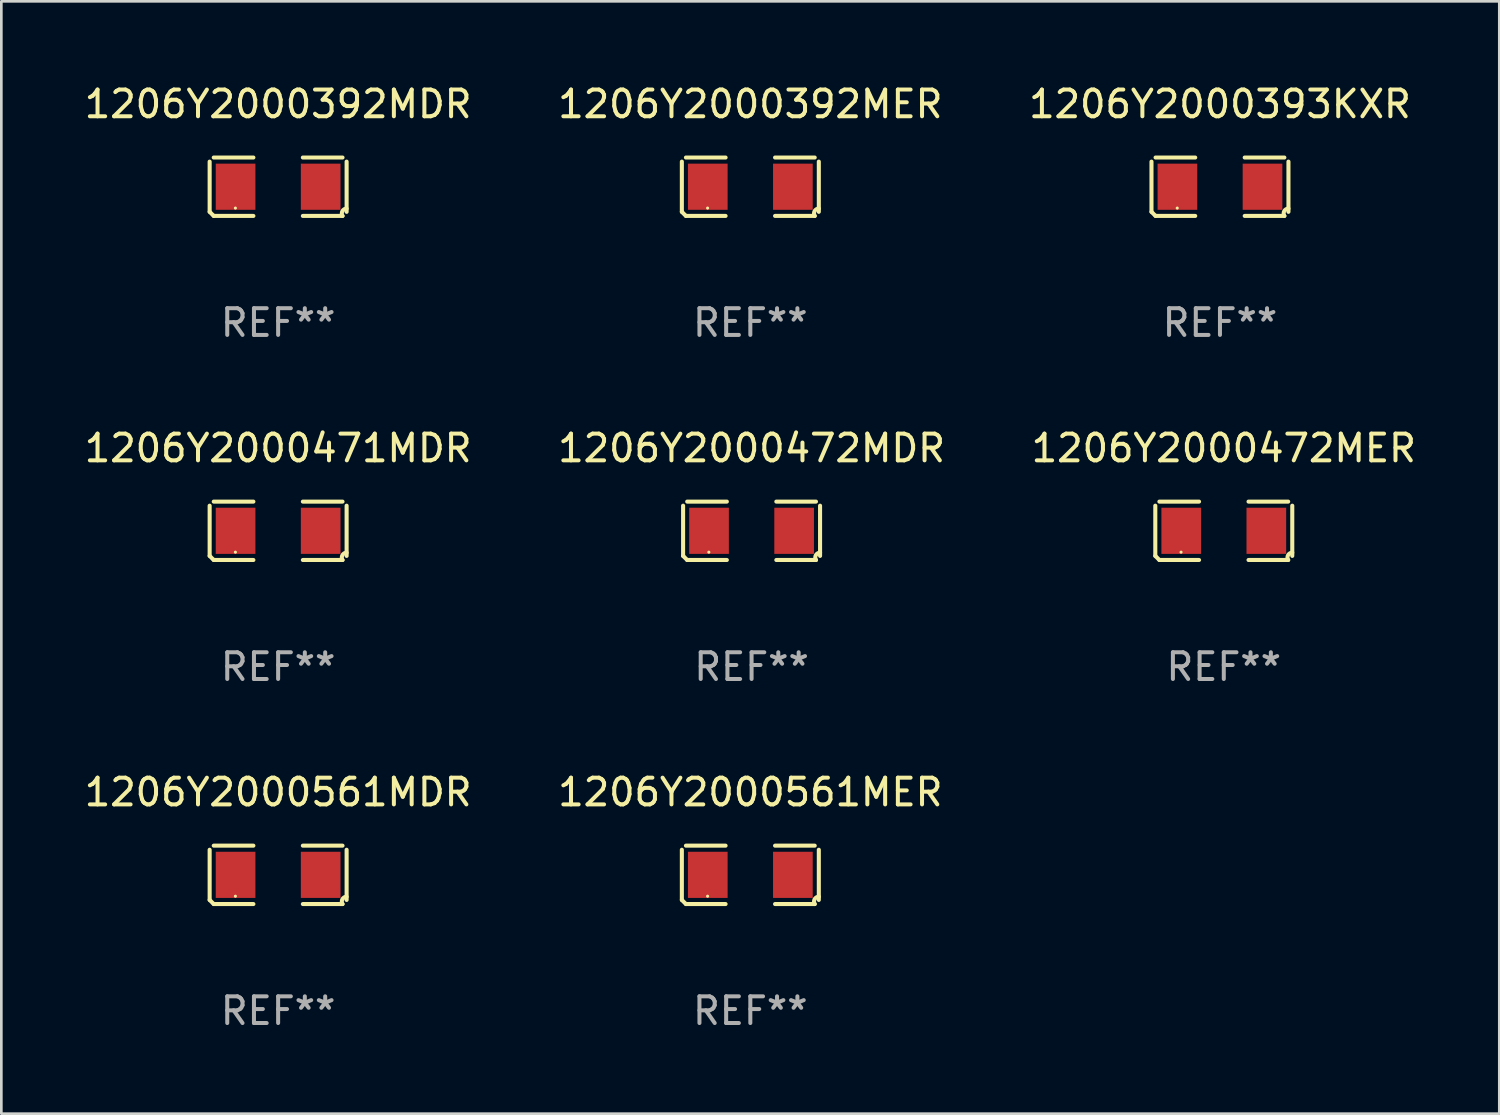
<source format=kicad_pcb>
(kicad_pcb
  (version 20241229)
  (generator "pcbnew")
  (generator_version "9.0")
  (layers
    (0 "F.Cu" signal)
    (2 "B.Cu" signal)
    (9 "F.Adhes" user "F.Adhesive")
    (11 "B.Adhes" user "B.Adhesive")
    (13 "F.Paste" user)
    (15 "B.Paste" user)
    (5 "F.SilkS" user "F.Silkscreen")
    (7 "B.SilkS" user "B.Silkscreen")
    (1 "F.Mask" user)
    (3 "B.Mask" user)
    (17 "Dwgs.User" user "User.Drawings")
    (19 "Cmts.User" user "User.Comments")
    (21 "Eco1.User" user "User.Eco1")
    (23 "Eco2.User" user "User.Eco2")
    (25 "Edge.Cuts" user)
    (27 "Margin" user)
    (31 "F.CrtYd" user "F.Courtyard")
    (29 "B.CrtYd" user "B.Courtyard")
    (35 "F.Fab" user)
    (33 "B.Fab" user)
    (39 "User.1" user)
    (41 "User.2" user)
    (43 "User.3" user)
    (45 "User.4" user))
  (footprint "1206Y2000392MDR"
    (layer "F.Cu")
    (at 7.363 3.941)
    (property "Reference" "1206Y2000392MDR" (at 0 -3.093 0) (layer "F.SilkS") (effects (font (size 1 1) (thickness 0.15))))
    (attr through_hole)
    (fp_line (start -2.564 0.94) (end -2.564 -0.94) (stroke (width 0.152) (type solid)) (layer "F.SilkS"))
    (fp_line (start -2.411 -1.093) (end -0.926 -1.093) (stroke (width 0.152) (type solid)) (layer "F.SilkS"))
    (fp_line (start -0.926 1.093) (end -2.411 1.093) (stroke (width 0.152) (type solid)) (layer "F.SilkS"))
    (fp_line (start 0.926 1.093) (end 2.411 1.093) (stroke (width 0.152) (type solid)) (layer "F.SilkS"))
    (fp_line (start 2.411 -1.093) (end 0.926 -1.093) (stroke (width 0.152) (type solid)) (layer "F.SilkS"))
    (fp_line (start 2.564 0.94) (end 2.564 -0.94) (stroke (width 0.152) (type solid)) (layer "F.SilkS"))
    (fp_arc (start -2.411201 1.092609) (mid -2.487413 1.01642) (end -2.563602 0.940208) (stroke (width 0.1524) (type solid)) (layer "F.SilkS"))
    (fp_arc (start 2.411201 1.092609) (mid 2.407159 0.911226) (end 2.563602 0.819347) (stroke (width 0.1524) (type solid)) (layer "F.SilkS"))
    (fp_circle (center -1.6 0.8) (end -1.57 0.8) (stroke (width 0.06) (type solid)) (fill no) (layer "F.SilkS"))
    (fp_text user "REF**" (at 0 5.093 0) (layer "F.Fab") (effects (font (size 1 1) (thickness 0.15))))
    (pad "1" smd rect (at -1.593 0) (size 1.485 1.728) (layers "F.Cu" "F.Mask" "F.Paste"))
    (pad "2" smd rect (at 1.593 0) (size 1.485 1.728) (layers "F.Cu" "F.Mask" "F.Paste")))
  (footprint "1206Y2000561MER"
    (layer "F.Cu")
    (at 25.042 29.704)
    (property "Reference" "1206Y2000561MER" (at 0 -3.093 0) (layer "F.SilkS") (effects (font (size 1 1) (thickness 0.15))))
    (attr through_hole)
    (fp_line (start -2.564 0.94) (end -2.564 -0.94) (stroke (width 0.152) (type solid)) (layer "F.SilkS"))
    (fp_line (start -2.411 -1.093) (end -0.926 -1.093) (stroke (width 0.152) (type solid)) (layer "F.SilkS"))
    (fp_line (start -0.926 1.093) (end -2.411 1.093) (stroke (width 0.152) (type solid)) (layer "F.SilkS"))
    (fp_line (start 0.926 1.093) (end 2.411 1.093) (stroke (width 0.152) (type solid)) (layer "F.SilkS"))
    (fp_line (start 2.411 -1.093) (end 0.926 -1.093) (stroke (width 0.152) (type solid)) (layer "F.SilkS"))
    (fp_line (start 2.564 0.94) (end 2.564 -0.94) (stroke (width 0.152) (type solid)) (layer "F.SilkS"))
    (fp_arc (start -2.411201 1.092609) (mid -2.487413 1.01642) (end -2.563602 0.940208) (stroke (width 0.1524) (type solid)) (layer "F.SilkS"))
    (fp_arc (start 2.411201 1.092609) (mid 2.407159 0.911226) (end 2.563602 0.819347) (stroke (width 0.1524) (type solid)) (layer "F.SilkS"))
    (fp_circle (center -1.6 0.8) (end -1.57 0.8) (stroke (width 0.06) (type solid)) (fill no) (layer "F.SilkS"))
    (fp_text user "REF**" (at 0 5.093 0) (layer "F.Fab") (effects (font (size 1 1) (thickness 0.15))))
    (pad "1" smd rect (at -1.593 0) (size 1.485 1.728) (layers "F.Cu" "F.Mask" "F.Paste"))
    (pad "2" smd rect (at 1.593 0) (size 1.485 1.728) (layers "F.Cu" "F.Mask" "F.Paste")))
  (footprint "1206Y2000472MER"
    (layer "F.Cu")
    (at 42.768 16.823)
    (property "Reference" "1206Y2000472MER" (at 0 -3.093 0) (layer "F.SilkS") (effects (font (size 1 1) (thickness 0.15))))
    (attr through_hole)
    (fp_line (start -2.564 0.94) (end -2.564 -0.94) (stroke (width 0.152) (type solid)) (layer "F.SilkS"))
    (fp_line (start -2.411 -1.093) (end -0.926 -1.093) (stroke (width 0.152) (type solid)) (layer "F.SilkS"))
    (fp_line (start -0.926 1.093) (end -2.411 1.093) (stroke (width 0.152) (type solid)) (layer "F.SilkS"))
    (fp_line (start 0.926 1.093) (end 2.411 1.093) (stroke (width 0.152) (type solid)) (layer "F.SilkS"))
    (fp_line (start 2.411 -1.093) (end 0.926 -1.093) (stroke (width 0.152) (type solid)) (layer "F.SilkS"))
    (fp_line (start 2.564 0.94) (end 2.564 -0.94) (stroke (width 0.152) (type solid)) (layer "F.SilkS"))
    (fp_arc (start -2.411201 1.092609) (mid -2.487413 1.01642) (end -2.563602 0.940208) (stroke (width 0.1524) (type solid)) (layer "F.SilkS"))
    (fp_arc (start 2.411201 1.092609) (mid 2.407159 0.911226) (end 2.563602 0.819347) (stroke (width 0.1524) (type solid)) (layer "F.SilkS"))
    (fp_circle (center -1.6 0.8) (end -1.57 0.8) (stroke (width 0.06) (type solid)) (fill no) (layer "F.SilkS"))
    (fp_text user "REF**" (at 0 5.093 0) (layer "F.Fab") (effects (font (size 1 1) (thickness 0.15))))
    (pad "1" smd rect (at -1.593 0) (size 1.485 1.728) (layers "F.Cu" "F.Mask" "F.Paste"))
    (pad "2" smd rect (at 1.593 0) (size 1.485 1.728) (layers "F.Cu" "F.Mask" "F.Paste")))
  (footprint "1206Y2000471MDR"
    (layer "F.Cu")
    (at 7.363 16.823)
    (property "Reference" "1206Y2000471MDR" (at 0 -3.093 0) (layer "F.SilkS") (effects (font (size 1 1) (thickness 0.15))))
    (attr through_hole)
    (fp_line (start -2.564 0.94) (end -2.564 -0.94) (stroke (width 0.152) (type solid)) (layer "F.SilkS"))
    (fp_line (start -2.411 -1.093) (end -0.926 -1.093) (stroke (width 0.152) (type solid)) (layer "F.SilkS"))
    (fp_line (start -0.926 1.093) (end -2.411 1.093) (stroke (width 0.152) (type solid)) (layer "F.SilkS"))
    (fp_line (start 0.926 1.093) (end 2.411 1.093) (stroke (width 0.152) (type solid)) (layer "F.SilkS"))
    (fp_line (start 2.411 -1.093) (end 0.926 -1.093) (stroke (width 0.152) (type solid)) (layer "F.SilkS"))
    (fp_line (start 2.564 0.94) (end 2.564 -0.94) (stroke (width 0.152) (type solid)) (layer "F.SilkS"))
    (fp_arc (start -2.411201 1.092609) (mid -2.487413 1.01642) (end -2.563602 0.940208) (stroke (width 0.1524) (type solid)) (layer "F.SilkS"))
    (fp_arc (start 2.411201 1.092609) (mid 2.407159 0.911226) (end 2.563602 0.819347) (stroke (width 0.1524) (type solid)) (layer "F.SilkS"))
    (fp_circle (center -1.6 0.8) (end -1.57 0.8) (stroke (width 0.06) (type solid)) (fill no) (layer "F.SilkS"))
    (fp_text user "REF**" (at 0 5.093 0) (layer "F.Fab") (effects (font (size 1 1) (thickness 0.15))))
    (pad "1" smd rect (at -1.593 0) (size 1.485 1.728) (layers "F.Cu" "F.Mask" "F.Paste"))
    (pad "2" smd rect (at 1.593 0) (size 1.485 1.728) (layers "F.Cu" "F.Mask" "F.Paste")))
  (footprint "1206Y2000393KXR"
    (layer "F.Cu")
    (at 42.625 3.941)
    (property "Reference" "1206Y2000393KXR" (at 0 -3.093 0) (layer "F.SilkS") (effects (font (size 1 1) (thickness 0.15))))
    (attr through_hole)
    (fp_line (start -2.564 0.94) (end -2.564 -0.94) (stroke (width 0.152) (type solid)) (layer "F.SilkS"))
    (fp_line (start -2.411 -1.093) (end -0.926 -1.093) (stroke (width 0.152) (type solid)) (layer "F.SilkS"))
    (fp_line (start -0.926 1.093) (end -2.411 1.093) (stroke (width 0.152) (type solid)) (layer "F.SilkS"))
    (fp_line (start 0.926 1.093) (end 2.411 1.093) (stroke (width 0.152) (type solid)) (layer "F.SilkS"))
    (fp_line (start 2.411 -1.093) (end 0.926 -1.093) (stroke (width 0.152) (type solid)) (layer "F.SilkS"))
    (fp_line (start 2.564 0.94) (end 2.564 -0.94) (stroke (width 0.152) (type solid)) (layer "F.SilkS"))
    (fp_arc (start -2.411201 1.092609) (mid -2.487413 1.01642) (end -2.563602 0.940208) (stroke (width 0.1524) (type solid)) (layer "F.SilkS"))
    (fp_arc (start 2.411201 1.092609) (mid 2.407159 0.911226) (end 2.563602 0.819347) (stroke (width 0.1524) (type solid)) (layer "F.SilkS"))
    (fp_circle (center -1.6 0.8) (end -1.57 0.8) (stroke (width 0.06) (type solid)) (fill no) (layer "F.SilkS"))
    (fp_text user "REF**" (at 0 5.093 0) (layer "F.Fab") (effects (font (size 1 1) (thickness 0.15))))
    (pad "1" smd rect (at -1.593 0) (size 1.485 1.728) (layers "F.Cu" "F.Mask" "F.Paste"))
    (pad "2" smd rect (at 1.593 0) (size 1.485 1.728) (layers "F.Cu" "F.Mask" "F.Paste")))
  (footprint "1206Y2000561MDR"
    (layer "F.Cu")
    (at 7.363 29.704)
    (property "Reference" "1206Y2000561MDR" (at 0 -3.093 0) (layer "F.SilkS") (effects (font (size 1 1) (thickness 0.15))))
    (attr through_hole)
    (fp_line (start -2.564 0.94) (end -2.564 -0.94) (stroke (width 0.152) (type solid)) (layer "F.SilkS"))
    (fp_line (start -2.411 -1.093) (end -0.926 -1.093) (stroke (width 0.152) (type solid)) (layer "F.SilkS"))
    (fp_line (start -0.926 1.093) (end -2.411 1.093) (stroke (width 0.152) (type solid)) (layer "F.SilkS"))
    (fp_line (start 0.926 1.093) (end 2.411 1.093) (stroke (width 0.152) (type solid)) (layer "F.SilkS"))
    (fp_line (start 2.411 -1.093) (end 0.926 -1.093) (stroke (width 0.152) (type solid)) (layer "F.SilkS"))
    (fp_line (start 2.564 0.94) (end 2.564 -0.94) (stroke (width 0.152) (type solid)) (layer "F.SilkS"))
    (fp_arc (start -2.411201 1.092609) (mid -2.487413 1.01642) (end -2.563602 0.940208) (stroke (width 0.1524) (type solid)) (layer "F.SilkS"))
    (fp_arc (start 2.411201 1.092609) (mid 2.407159 0.911226) (end 2.563602 0.819347) (stroke (width 0.1524) (type solid)) (layer "F.SilkS"))
    (fp_circle (center -1.6 0.8) (end -1.57 0.8) (stroke (width 0.06) (type solid)) (fill no) (layer "F.SilkS"))
    (fp_text user "REF**" (at 0 5.093 0) (layer "F.Fab") (effects (font (size 1 1) (thickness 0.15))))
    (pad "1" smd rect (at -1.593 0) (size 1.485 1.728) (layers "F.Cu" "F.Mask" "F.Paste"))
    (pad "2" smd rect (at 1.593 0) (size 1.485 1.728) (layers "F.Cu" "F.Mask" "F.Paste")))
  (footprint "1206Y2000392MER"
    (layer "F.Cu")
    (at 25.042 3.941)
    (property "Reference" "1206Y2000392MER" (at 0 -3.093 0) (layer "F.SilkS") (effects (font (size 1 1) (thickness 0.15))))
    (attr through_hole)
    (fp_line (start -2.564 0.94) (end -2.564 -0.94) (stroke (width 0.152) (type solid)) (layer "F.SilkS"))
    (fp_line (start -2.411 -1.093) (end -0.926 -1.093) (stroke (width 0.152) (type solid)) (layer "F.SilkS"))
    (fp_line (start -0.926 1.093) (end -2.411 1.093) (stroke (width 0.152) (type solid)) (layer "F.SilkS"))
    (fp_line (start 0.926 1.093) (end 2.411 1.093) (stroke (width 0.152) (type solid)) (layer "F.SilkS"))
    (fp_line (start 2.411 -1.093) (end 0.926 -1.093) (stroke (width 0.152) (type solid)) (layer "F.SilkS"))
    (fp_line (start 2.564 0.94) (end 2.564 -0.94) (stroke (width 0.152) (type solid)) (layer "F.SilkS"))
    (fp_arc (start -2.411201 1.092609) (mid -2.487413 1.01642) (end -2.563602 0.940208) (stroke (width 0.1524) (type solid)) (layer "F.SilkS"))
    (fp_arc (start 2.411201 1.092609) (mid 2.407159 0.911226) (end 2.563602 0.819347) (stroke (width 0.1524) (type solid)) (layer "F.SilkS"))
    (fp_circle (center -1.6 0.8) (end -1.57 0.8) (stroke (width 0.06) (type solid)) (fill no) (layer "F.SilkS"))
    (fp_text user "REF**" (at 0 5.093 0) (layer "F.Fab") (effects (font (size 1 1) (thickness 0.15))))
    (pad "1" smd rect (at -1.593 0) (size 1.485 1.728) (layers "F.Cu" "F.Mask" "F.Paste"))
    (pad "2" smd rect (at 1.593 0) (size 1.485 1.728) (layers "F.Cu" "F.Mask" "F.Paste")))
  (footprint "1206Y2000472MDR"
    (layer "F.Cu")
    (at 25.089 16.823)
    (property "Reference" "1206Y2000472MDR" (at 0 -3.093 0) (layer "F.SilkS") (effects (font (size 1 1) (thickness 0.15))))
    (attr through_hole)
    (fp_line (start -2.564 0.94) (end -2.564 -0.94) (stroke (width 0.152) (type solid)) (layer "F.SilkS"))
    (fp_line (start -2.411 -1.093) (end -0.926 -1.093) (stroke (width 0.152) (type solid)) (layer "F.SilkS"))
    (fp_line (start -0.926 1.093) (end -2.411 1.093) (stroke (width 0.152) (type solid)) (layer "F.SilkS"))
    (fp_line (start 0.926 1.093) (end 2.411 1.093) (stroke (width 0.152) (type solid)) (layer "F.SilkS"))
    (fp_line (start 2.411 -1.093) (end 0.926 -1.093) (stroke (width 0.152) (type solid)) (layer "F.SilkS"))
    (fp_line (start 2.564 0.94) (end 2.564 -0.94) (stroke (width 0.152) (type solid)) (layer "F.SilkS"))
    (fp_arc (start -2.411201 1.092609) (mid -2.487413 1.01642) (end -2.563602 0.940208) (stroke (width 0.1524) (type solid)) (layer "F.SilkS"))
    (fp_arc (start 2.411201 1.092609) (mid 2.407159 0.911226) (end 2.563602 0.819347) (stroke (width 0.1524) (type solid)) (layer "F.SilkS"))
    (fp_circle (center -1.6 0.8) (end -1.57 0.8) (stroke (width 0.06) (type solid)) (fill no) (layer "F.SilkS"))
    (fp_text user "REF**" (at 0 5.093 0) (layer "F.Fab") (effects (font (size 1 1) (thickness 0.15))))
    (pad "1" smd rect (at -1.593 0) (size 1.485 1.728) (layers "F.Cu" "F.Mask" "F.Paste"))
    (pad "2" smd rect (at 1.593 0) (size 1.485 1.728) (layers "F.Cu" "F.Mask" "F.Paste")))
  (gr_rect
    (start -3 -3)
    (end 53.083 38.645)
    (stroke (width 0.1) (type default))
    (fill no)
    (layer "Edge.Cuts")))
</source>
